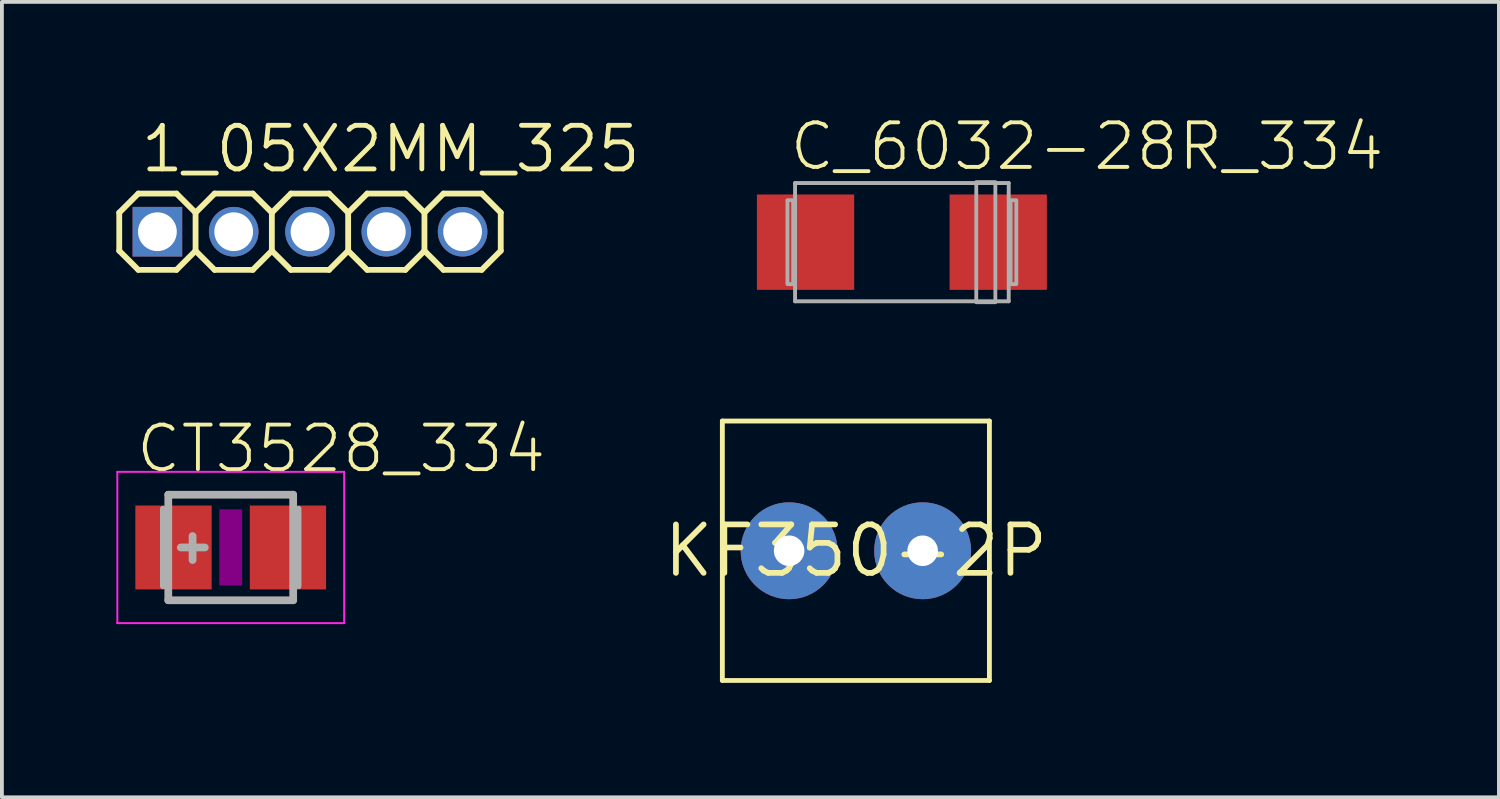
<source format=kicad_pcb>
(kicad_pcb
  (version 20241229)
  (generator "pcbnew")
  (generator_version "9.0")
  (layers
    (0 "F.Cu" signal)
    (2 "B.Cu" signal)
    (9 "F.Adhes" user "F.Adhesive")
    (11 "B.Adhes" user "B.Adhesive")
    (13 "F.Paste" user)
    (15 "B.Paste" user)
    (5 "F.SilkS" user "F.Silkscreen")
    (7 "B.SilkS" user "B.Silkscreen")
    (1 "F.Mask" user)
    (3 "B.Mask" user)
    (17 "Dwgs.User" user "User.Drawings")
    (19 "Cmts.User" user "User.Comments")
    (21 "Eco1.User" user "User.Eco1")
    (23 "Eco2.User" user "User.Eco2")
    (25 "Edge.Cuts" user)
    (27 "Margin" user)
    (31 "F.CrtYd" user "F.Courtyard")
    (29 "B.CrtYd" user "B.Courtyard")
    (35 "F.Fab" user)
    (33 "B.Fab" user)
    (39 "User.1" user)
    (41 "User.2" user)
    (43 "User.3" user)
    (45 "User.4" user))
  (footprint "KF350-2P"
    (layer "F.Cu")
    (at 19.385 11.387)
    (property "Reference" "KF350-2P" (at 0 0 0) (layer "F.SilkS") (effects (font (size 1.27 1.27) (thickness 0.15))))
    (fp_line (start -3.5 -3.4) (end 3.5 -3.4) (stroke (width 0.127) (type solid)) (layer "F.SilkS"))
    (fp_line (start -3.5 3.4) (end -3.5 -3.4) (stroke (width 0.127) (type solid)) (layer "F.SilkS"))
    (fp_line (start -3.5 3.4) (end 3.5 3.4) (stroke (width 0.127) (type solid)) (layer "F.SilkS"))
    (fp_line (start 3.5 -3.4) (end 3.5 3.4) (stroke (width 0.127) (type solid)) (layer "F.SilkS"))
    (pad "1" thru_hole circle (at -1.75 0) (size 2.54 2.54) (drill 0.8) (layers "*.Cu" "*.Mask"))
    (pad "2" thru_hole circle (at 1.75 0) (size 2.54 2.54) (drill 0.8) (layers "*.Cu" "*.Mask")))
  (footprint "C_6032-28R_334"
    (layer "F.Cu")
    (at 20.591 3.298)
    (property "Reference" "C_6032-28R_334" (at -3 -1.825 0) (layer "F.SilkS") (effects (font (size 1.168 1.168) (thickness 0.102)) (justify left bottom)))
    (fp_line (start -2.8 -1.55) (end 2.8 -1.55) (stroke (width 0.102) (type solid)) (layer "F.Fab"))
    (fp_line (start -2.8 1.55) (end -2.8 -1.55) (stroke (width 0.102) (type solid)) (layer "F.Fab"))
    (fp_line (start 2.8 -1.55) (end 2.8 1.55) (stroke (width 0.102) (type solid)) (layer "F.Fab"))
    (fp_line (start 2.8 1.55) (end -2.8 1.55) (stroke (width 0.102) (type solid)) (layer "F.Fab"))
    (fp_poly (pts (xy -3 1.1) (xy -2.85 1.1) (xy -2.85 -1.1) (xy -3 -1.1)) (stroke (width 0.1) (type default)) (fill no) (layer "F.Fab"))
    (fp_poly (pts (xy 1.95 1.575) (xy 2.45 1.575) (xy 2.45 -1.575) (xy 1.95 -1.575)) (stroke (width 0.1) (type default)) (fill no) (layer "F.Fab"))
    (fp_poly (pts (xy 2.85 1.1) (xy 3 1.1) (xy 3 -1.1) (xy 2.85 -1.1)) (stroke (width 0.1) (type default)) (fill no) (layer "F.Fab"))
    (pad "+" smd rect (at 2.525 0) (size 2.55 2.5) (layers "F.Cu" "F.Mask" "F.Paste"))
    (pad "-" smd rect (at -2.525 0) (size 2.55 2.5) (layers "F.Cu" "F.Mask" "F.Paste")))
  (footprint "1_05X2MM_325"
    (layer "F.Cu")
    (at 5.076 3.024)
    (property "Reference" "1_05X2MM_325" (at -4.5 -1.5 0) (layer "F.SilkS") (effects (font (size 1.143 1.143) (thickness 0.127)) (justify left bottom)))
    (fp_line (start -5 -0.5) (end -5 0.5) (stroke (width 0.152) (type solid)) (layer "F.SilkS"))
    (fp_line (start -5 -0.5) (end -4.5 -1) (stroke (width 0.152) (type solid)) (layer "F.SilkS"))
    (fp_line (start -4.5 -1) (end -3.5 -1) (stroke (width 0.152) (type solid)) (layer "F.SilkS"))
    (fp_line (start -4.5 1) (end -5 0.5) (stroke (width 0.152) (type solid)) (layer "F.SilkS"))
    (fp_line (start -3.5 -1) (end -3 -0.5) (stroke (width 0.152) (type solid)) (layer "F.SilkS"))
    (fp_line (start -3.5 1) (end -4.5 1) (stroke (width 0.152) (type solid)) (layer "F.SilkS"))
    (fp_line (start -3 -0.5) (end -3 0.5) (stroke (width 0.152) (type solid)) (layer "F.SilkS"))
    (fp_line (start -3 -0.5) (end -2.5 -1) (stroke (width 0.152) (type solid)) (layer "F.SilkS"))
    (fp_line (start -3 0.5) (end -3.5 1) (stroke (width 0.152) (type solid)) (layer "F.SilkS"))
    (fp_line (start -2.5 -1) (end -1.5 -1) (stroke (width 0.152) (type solid)) (layer "F.SilkS"))
    (fp_line (start -2.5 1) (end -3 0.5) (stroke (width 0.152) (type solid)) (layer "F.SilkS"))
    (fp_line (start -1.5 -1) (end -1 -0.5) (stroke (width 0.152) (type solid)) (layer "F.SilkS"))
    (fp_line (start -1.5 1) (end -2.5 1) (stroke (width 0.152) (type solid)) (layer "F.SilkS"))
    (fp_line (start -1 -0.5) (end -1 0.5) (stroke (width 0.152) (type solid)) (layer "F.SilkS"))
    (fp_line (start -1 -0.5) (end -0.5 -1) (stroke (width 0.152) (type solid)) (layer "F.SilkS"))
    (fp_line (start -1 0.5) (end -1.5 1) (stroke (width 0.152) (type solid)) (layer "F.SilkS"))
    (fp_line (start -0.5 -1) (end 0.5 -1) (stroke (width 0.152) (type solid)) (layer "F.SilkS"))
    (fp_line (start -0.5 1) (end -1 0.5) (stroke (width 0.152) (type solid)) (layer "F.SilkS"))
    (fp_line (start 0.5 -1) (end 1 -0.5) (stroke (width 0.152) (type solid)) (layer "F.SilkS"))
    (fp_line (start 0.5 1) (end -0.5 1) (stroke (width 0.152) (type solid)) (layer "F.SilkS"))
    (fp_line (start 1 -0.5) (end 1 0.5) (stroke (width 0.152) (type solid)) (layer "F.SilkS"))
    (fp_line (start 1 -0.5) (end 1.5 -1) (stroke (width 0.152) (type solid)) (layer "F.SilkS"))
    (fp_line (start 1 0.5) (end 0.5 1) (stroke (width 0.152) (type solid)) (layer "F.SilkS"))
    (fp_line (start 1.5 -1) (end 2.5 -1) (stroke (width 0.152) (type solid)) (layer "F.SilkS"))
    (fp_line (start 1.5 1) (end 1 0.5) (stroke (width 0.152) (type solid)) (layer "F.SilkS"))
    (fp_line (start 2.5 -1) (end 3 -0.5) (stroke (width 0.152) (type solid)) (layer "F.SilkS"))
    (fp_line (start 2.5 1) (end 1.5 1) (stroke (width 0.152) (type solid)) (layer "F.SilkS"))
    (fp_line (start 3 -0.5) (end 3 0.5) (stroke (width 0.152) (type solid)) (layer "F.SilkS"))
    (fp_line (start 3 -0.5) (end 3.5 -1) (stroke (width 0.152) (type solid)) (layer "F.SilkS"))
    (fp_line (start 3 0.5) (end 2.5 1) (stroke (width 0.152) (type solid)) (layer "F.SilkS"))
    (fp_line (start 3.5 -1) (end 4.5 -1) (stroke (width 0.152) (type solid)) (layer "F.SilkS"))
    (fp_line (start 3.5 1) (end 3 0.5) (stroke (width 0.152) (type solid)) (layer "F.SilkS"))
    (fp_line (start 4.5 -1) (end 5 -0.5) (stroke (width 0.152) (type solid)) (layer "F.SilkS"))
    (fp_line (start 4.5 1) (end 3.5 1) (stroke (width 0.152) (type solid)) (layer "F.SilkS"))
    (fp_line (start 5 -0.5) (end 5 0.5) (stroke (width 0.152) (type solid)) (layer "F.SilkS"))
    (fp_line (start 5 0.5) (end 4.5 1) (stroke (width 0.152) (type solid)) (layer "F.SilkS"))
    (fp_poly (pts (xy -4.254 0.254) (xy -3.746 0.254) (xy -3.746 -0.254) (xy -4.254 -0.254)) (stroke (width 0.1) (type default)) (fill no) (layer "F.Fab"))
    (fp_poly (pts (xy -2.254 0.254) (xy -1.746 0.254) (xy -1.746 -0.254) (xy -2.254 -0.254)) (stroke (width 0.1) (type default)) (fill no) (layer "F.Fab"))
    (fp_poly (pts (xy -0.254 0.254) (xy 0.254 0.254) (xy 0.254 -0.254) (xy -0.254 -0.254)) (stroke (width 0.1) (type default)) (fill no) (layer "F.Fab"))
    (fp_poly (pts (xy 1.746 0.254) (xy 2.254 0.254) (xy 2.254 -0.254) (xy 1.746 -0.254)) (stroke (width 0.1) (type default)) (fill no) (layer "F.Fab"))
    (fp_poly (pts (xy 3.746 0.254) (xy 4.254 0.254) (xy 4.254 -0.254) (xy 3.746 -0.254)) (stroke (width 0.1) (type default)) (fill no) (layer "F.Fab"))
    (pad "1" thru_hole rect (at -4 0 90) (size 1.3 1.3) (drill 1.016) (layers "*.Cu" "*.Mask"))
    (pad "2" thru_hole circle (at -2 0 90) (size 1.3 1.3) (drill 1.016) (layers "*.Cu" "*.Mask"))
    (pad "3" thru_hole circle (at 0 0 90) (size 1.3 1.3) (drill 1.016) (layers "*.Cu" "*.Mask"))
    (pad "4" thru_hole circle (at 2 0 90) (size 1.3 1.3) (drill 1.016) (layers "*.Cu" "*.Mask"))
    (pad "5" thru_hole circle (at 4 0 90) (size 1.3 1.3) (drill 1.016) (layers "*.Cu" "*.Mask")))
  (footprint "CT3528_334"
    (layer "F.Cu")
    (at 2.998 11.301)
    (property "Reference" "CT3528_334" (at -2.54 -1.905 0) (layer "F.SilkS") (effects (font (size 1.168 1.168) (thickness 0.102)) (justify left bottom)))
    (fp_poly (pts (xy -0.3 1) (xy 0.3 1) (xy 0.3 -1) (xy -0.3 -1)) (stroke (width 0) (type default)) (fill yes) (layer "F.Adhes"))
    (fp_line (start -2.973 -1.983) (end 2.973 -1.983) (stroke (width 0.051) (type solid)) (layer "F.CrtYd"))
    (fp_line (start -2.973 1.983) (end -2.973 -1.983) (stroke (width 0.051) (type solid)) (layer "F.CrtYd"))
    (fp_line (start 2.973 -1.983) (end 2.973 1.983) (stroke (width 0.051) (type solid)) (layer "F.CrtYd"))
    (fp_line (start 2.973 1.983) (end -2.973 1.983) (stroke (width 0.051) (type solid)) (layer "F.CrtYd"))
    (fp_line (start -1.778 -1.016) (end -1.778 1.016) (stroke (width 0.152) (type solid)) (layer "F.Fab"))
    (fp_line (start -1.637 1.383) (end -1.637 -1.383) (stroke (width 0.203) (type solid)) (layer "F.Fab"))
    (fp_line (start -1 -0.3) (end -1 0.33) (stroke (width 0.203) (type solid)) (layer "F.Fab"))
    (fp_line (start -0.68 0) (end -1.31 0) (stroke (width 0.203) (type solid)) (layer "F.Fab"))
    (fp_line (start 1.637 -1.383) (end -1.637 -1.383) (stroke (width 0.203) (type solid)) (layer "F.Fab"))
    (fp_line (start 1.637 1.383) (end -1.637 1.383) (stroke (width 0.203) (type solid)) (layer "F.Fab"))
    (fp_line (start 1.637 1.383) (end 1.637 -1.383) (stroke (width 0.203) (type solid)) (layer "F.Fab"))
    (fp_line (start 1.778 -1.016) (end 1.778 1.016) (stroke (width 0.152) (type solid)) (layer "F.Fab"))
    (pad "+" smd rect (at -1.5 0) (size 2 2.2) (layers "F.Cu" "F.Mask" "F.Paste"))
    (pad "-" smd rect (at 1.5 0) (size 2 2.2) (layers "F.Cu" "F.Mask" "F.Paste")))
  (gr_rect
    (start -3 -3)
    (end 36.241 17.85)
    (stroke (width 0.1) (type default))
    (fill no)
    (layer "Edge.Cuts")))
</source>
